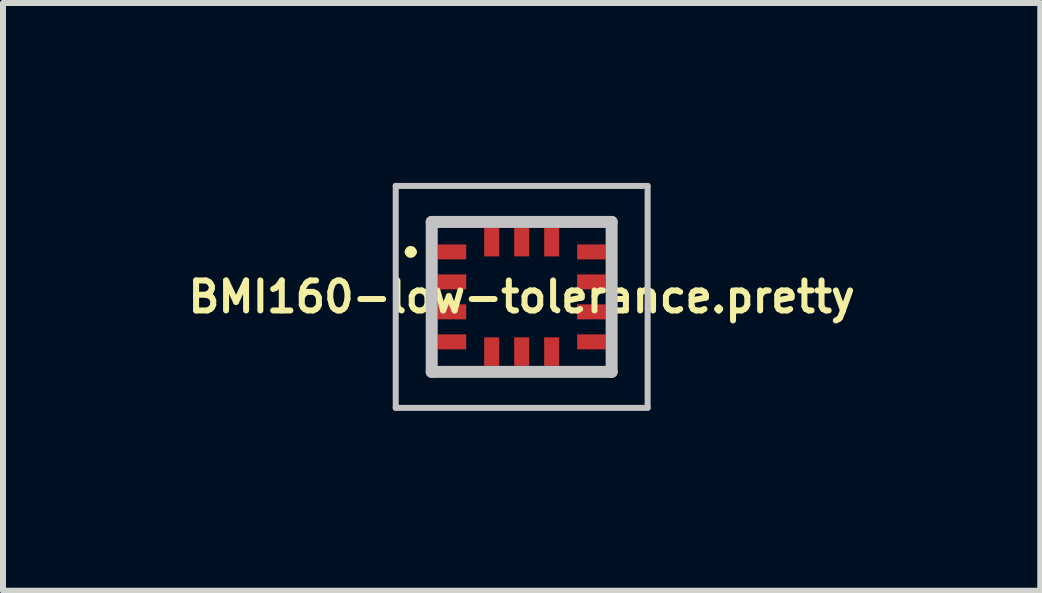
<source format=kicad_pcb>
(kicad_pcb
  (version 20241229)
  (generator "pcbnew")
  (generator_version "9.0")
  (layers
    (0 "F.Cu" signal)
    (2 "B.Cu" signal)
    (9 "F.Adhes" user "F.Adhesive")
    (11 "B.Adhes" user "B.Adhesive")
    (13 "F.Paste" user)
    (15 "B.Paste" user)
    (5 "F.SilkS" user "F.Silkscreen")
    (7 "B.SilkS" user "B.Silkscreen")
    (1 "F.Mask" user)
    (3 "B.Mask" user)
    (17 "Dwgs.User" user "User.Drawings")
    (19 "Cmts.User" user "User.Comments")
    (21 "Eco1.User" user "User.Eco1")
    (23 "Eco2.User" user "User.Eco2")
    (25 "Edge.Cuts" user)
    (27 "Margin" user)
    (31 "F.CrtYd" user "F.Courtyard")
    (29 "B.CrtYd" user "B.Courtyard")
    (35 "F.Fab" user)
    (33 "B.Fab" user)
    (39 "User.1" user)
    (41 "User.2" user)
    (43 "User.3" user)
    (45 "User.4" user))
  (footprint "BMI160-low-tolerance.pretty"
    (layer "F.Cu")
    (at 5.648 1.9)
    (property "Reference" "BMI160-low-tolerance.pretty" (at 0 0 0) (layer "F.SilkS") (effects (font (size 0.5 0.5) (thickness 0.1))))
    (attr smd)
    (fp_line (start -1.9 -0.75) (end -1.9 -0.75) (stroke (width 0.1) (type solid)) (layer "F.SilkS"))
    (fp_line (start -1.8 -0.75) (end -1.8 -0.75) (stroke (width 0.1) (type solid)) (layer "F.SilkS"))
    (fp_line (start -1.5 -1.25) (end -1.4 -1.25) (stroke (width 0.1) (type solid)) (layer "F.SilkS"))
    (fp_line (start -1.5 -1.1) (end -1.5 -1.25) (stroke (width 0.1) (type solid)) (layer "F.SilkS"))
    (fp_line (start -1.5 1.1) (end -1.5 1.25) (stroke (width 0.1) (type solid)) (layer "F.SilkS"))
    (fp_line (start -1.5 1.25) (end -1.4 1.25) (stroke (width 0.1) (type solid)) (layer "F.SilkS"))
    (fp_line (start 1.5 -1.25) (end 1.4 -1.25) (stroke (width 0.1) (type solid)) (layer "F.SilkS"))
    (fp_line (start 1.5 -1.1) (end 1.5 -1.25) (stroke (width 0.1) (type solid)) (layer "F.SilkS"))
    (fp_line (start 1.5 1.1) (end 1.5 1.25) (stroke (width 0.1) (type solid)) (layer "F.SilkS"))
    (fp_line (start 1.5 1.25) (end 1.4 1.25) (stroke (width 0.1) (type solid)) (layer "F.SilkS"))
    (fp_arc (start -1.9 -0.75) (mid -1.85 -0.8) (end -1.8 -0.75) (stroke (width 0.1) (type solid)) (layer "F.SilkS"))
    (fp_arc (start -1.8 -0.75) (mid -1.85 -0.7) (end -1.9 -0.75) (stroke (width 0.1) (type solid)) (layer "F.SilkS"))
    (fp_line (start -2.1 -1.85) (end 2.1 -1.85) (stroke (width 0.1) (type solid)) (layer "Dwgs.User"))
    (fp_line (start -2.1 1.85) (end -2.1 -1.85) (stroke (width 0.1) (type solid)) (layer "Dwgs.User"))
    (fp_line (start -1.5 -1.25) (end 1.5 -1.25) (stroke (width 0.2) (type solid)) (layer "Dwgs.User"))
    (fp_line (start -1.5 1.25) (end -1.5 -1.25) (stroke (width 0.2) (type solid)) (layer "Dwgs.User"))
    (fp_line (start 1.5 -1.25) (end 1.5 1.25) (stroke (width 0.2) (type solid)) (layer "Dwgs.User"))
    (fp_line (start 1.5 1.25) (end -1.5 1.25) (stroke (width 0.2) (type solid)) (layer "Dwgs.User"))
    (fp_line (start 2.1 -1.85) (end 2.1 1.85) (stroke (width 0.1) (type solid)) (layer "Dwgs.User"))
    (fp_line (start 2.1 1.85) (end -2.1 1.85) (stroke (width 0.1) (type solid)) (layer "Dwgs.User"))
    (pad "1" smd rect (at -1.162 -0.75 90) (size 0.25 0.475) (layers "F.Cu" "F.Mask" "F.Paste"))
    (pad "2" smd rect (at -1.162 -0.25 90) (size 0.25 0.475) (layers "F.Cu" "F.Mask" "F.Paste"))
    (pad "3" smd rect (at -1.162 0.25 90) (size 0.25 0.475) (layers "F.Cu" "F.Mask" "F.Paste"))
    (pad "4" smd rect (at -1.162 0.75 90) (size 0.25 0.475) (layers "F.Cu" "F.Mask" "F.Paste"))
    (pad "5" smd rect (at -0.5 0.912) (size 0.25 0.475) (layers "F.Cu" "F.Mask" "F.Paste"))
    (pad "6" smd rect (at 0 0.912) (size 0.25 0.475) (layers "F.Cu" "F.Mask" "F.Paste"))
    (pad "7" smd rect (at 0.5 0.912) (size 0.25 0.475) (layers "F.Cu" "F.Mask" "F.Paste"))
    (pad "8" smd rect (at 1.162 0.75 90) (size 0.25 0.475) (layers "F.Cu" "F.Mask" "F.Paste"))
    (pad "9" smd rect (at 1.162 0.25 90) (size 0.25 0.475) (layers "F.Cu" "F.Mask" "F.Paste"))
    (pad "10" smd rect (at 1.162 -0.25 90) (size 0.25 0.475) (layers "F.Cu" "F.Mask" "F.Paste"))
    (pad "11" smd rect (at 1.162 -0.75 90) (size 0.25 0.475) (layers "F.Cu" "F.Mask" "F.Paste"))
    (pad "12" smd rect (at 0.5 -0.912) (size 0.25 0.475) (layers "F.Cu" "F.Mask" "F.Paste"))
    (pad "13" smd rect (at 0 -0.912) (size 0.25 0.475) (layers "F.Cu" "F.Mask" "F.Paste"))
    (pad "14" smd rect (at -0.5 -0.912) (size 0.25 0.475) (layers "F.Cu" "F.Mask" "F.Paste")))
  (gr_rect
    (start -3 -3)
    (end 14.295 6.8)
    (stroke (width 0.1) (type default))
    (fill no)
    (layer "Edge.Cuts")))
</source>
